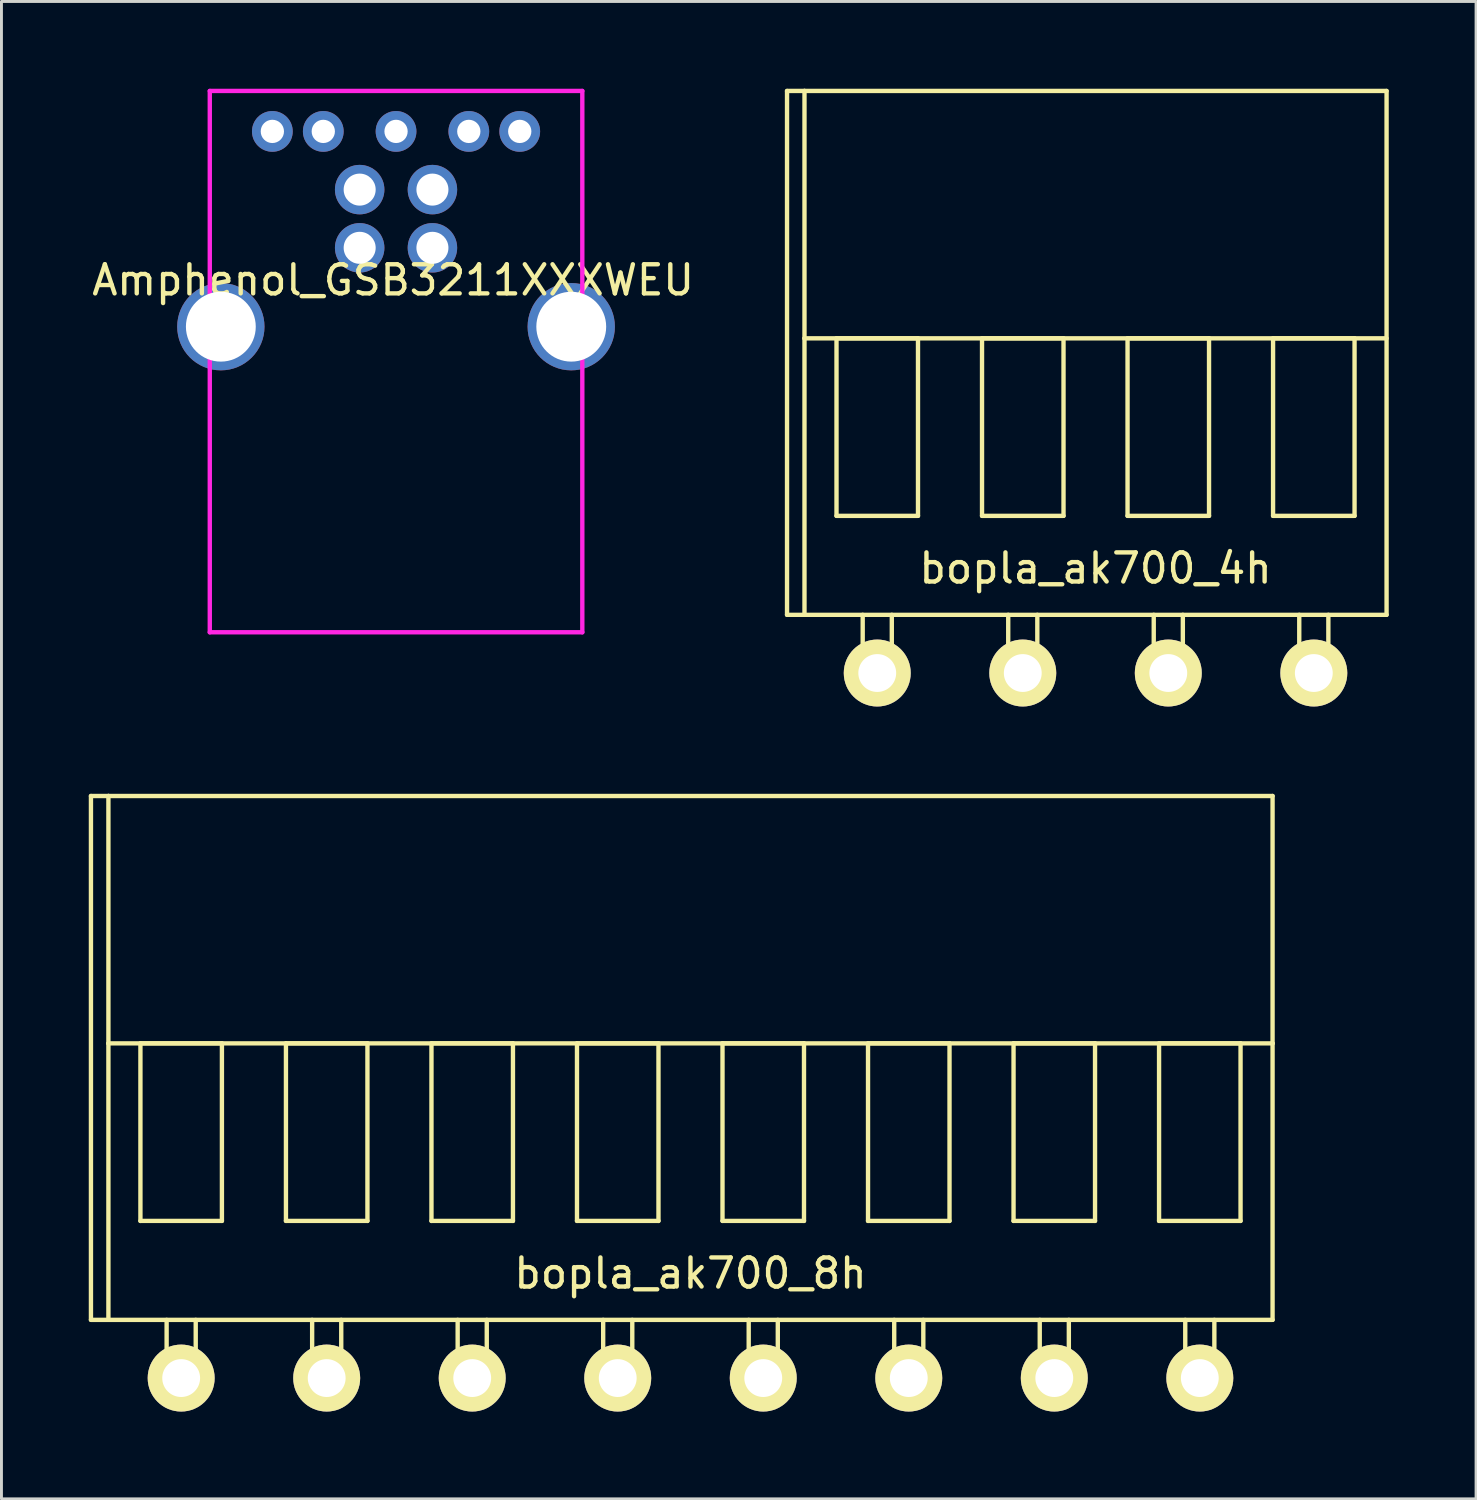
<source format=kicad_pcb>
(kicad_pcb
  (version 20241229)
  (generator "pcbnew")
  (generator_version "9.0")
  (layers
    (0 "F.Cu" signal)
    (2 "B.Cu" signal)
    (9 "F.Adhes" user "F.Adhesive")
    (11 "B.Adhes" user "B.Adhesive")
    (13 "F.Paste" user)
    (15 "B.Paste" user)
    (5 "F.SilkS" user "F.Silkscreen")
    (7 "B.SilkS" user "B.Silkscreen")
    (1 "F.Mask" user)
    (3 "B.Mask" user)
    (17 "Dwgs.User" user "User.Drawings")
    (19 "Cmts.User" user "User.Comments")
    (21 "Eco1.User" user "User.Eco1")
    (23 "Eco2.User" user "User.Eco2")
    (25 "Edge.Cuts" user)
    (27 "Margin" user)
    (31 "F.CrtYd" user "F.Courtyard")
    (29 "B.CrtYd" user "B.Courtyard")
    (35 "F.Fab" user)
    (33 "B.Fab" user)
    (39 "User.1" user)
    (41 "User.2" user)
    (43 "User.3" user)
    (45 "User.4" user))
  (footprint "Amphenol_GSB3211XXXWEU"
    (layer "F.Cu")
    (at 10.558 8.175)
    (property "Reference" "Amphenol_GSB3211XXXWEU" (at -0.1 -1.6 0) (layer "F.SilkS") (effects (font (size 1 1) (thickness 0.15))))
    (attr through_hole)
    (fp_line (start -6.4 -8.1) (end -6.4 10.5) (stroke (width 0.15) (type solid)) (layer "F.CrtYd"))
    (fp_line (start -6.4 10.5) (end 6.4 10.5) (stroke (width 0.15) (type solid)) (layer "F.CrtYd"))
    (fp_line (start 6.4 -8.1) (end -6.4 -8.1) (stroke (width 0.15) (type solid)) (layer "F.CrtYd"))
    (fp_line (start 6.4 10.5) (end 6.4 -8.1) (stroke (width 0.15) (type solid)) (layer "F.CrtYd"))
    (pad "1" thru_hole circle (at 1.25 -4.71) (size 1.7 1.7) (drill 1.1) (layers "*.Cu" "*.Mask"))
    (pad "2" thru_hole circle (at -1.25 -4.71) (size 1.7 1.7) (drill 1.1) (layers "*.Cu" "*.Mask"))
    (pad "3" thru_hole circle (at -1.25 -2.71) (size 1.7 1.7) (drill 1.1) (layers "*.Cu" "*.Mask"))
    (pad "4" thru_hole circle (at 1.25 -2.71) (size 1.7 1.7) (drill 1.1) (layers "*.Cu" "*.Mask"))
    (pad "5" thru_hole circle (at -4.25 -6.71) (size 1.4 1.4) (drill 0.8) (layers "*.Cu" "*.Mask"))
    (pad "6" thru_hole circle (at -2.5 -6.71) (size 1.4 1.4) (drill 0.8) (layers "*.Cu" "*.Mask"))
    (pad "7" thru_hole circle (at 0 -6.71) (size 1.4 1.4) (drill 0.8) (layers "*.Cu" "*.Mask"))
    (pad "8" thru_hole circle (at 2.5 -6.71) (size 1.4 1.4) (drill 0.8) (layers "*.Cu" "*.Mask"))
    (pad "9" thru_hole circle (at 4.25 -6.71) (size 1.4 1.4) (drill 0.8) (layers "*.Cu" "*.Mask"))
    (pad "S" thru_hole circle (at -6.02 0) (size 3 3) (drill 2.4) (layers "*.Cu" "*.Mask"))
    (pad "S" thru_hole circle (at 6.02 0) (size 3 3) (drill 2.4) (layers "*.Cu" "*.Mask")))
  (footprint "bopla_ak700_8h"
    (layer "F.Cu")
    (at 20.675 44.3)
    (property "Reference" "bopla_ak700_8h" (at 0 -3.6 0) (layer "F.SilkS") (effects (font (size 1 1) (thickness 0.15))))
    (attr through_hole)
    (fp_line (start -20.6 -20) (end -20.6 -2) (stroke (width 0.15) (type solid)) (layer "F.SilkS"))
    (fp_line (start -20.6 -2) (end -20 -2) (stroke (width 0.15) (type solid)) (layer "F.SilkS"))
    (fp_line (start -20 -20) (end -20.6 -20) (stroke (width 0.15) (type solid)) (layer "F.SilkS"))
    (fp_line (start -20 -20) (end 20 -20) (stroke (width 0.15) (type solid)) (layer "F.SilkS"))
    (fp_line (start -20 -11.5) (end -20 -20) (stroke (width 0.15) (type solid)) (layer "F.SilkS"))
    (fp_line (start -20 -11.5) (end 20 -11.5) (stroke (width 0.15) (type solid)) (layer "F.SilkS"))
    (fp_line (start -20 -2) (end -20 -11.5) (stroke (width 0.15) (type solid)) (layer "F.SilkS"))
    (fp_line (start -18.9 -11.5) (end -18.9 -5.4) (stroke (width 0.15) (type solid)) (layer "F.SilkS"))
    (fp_line (start -18.9 -5.4) (end -16.1 -5.4) (stroke (width 0.15) (type solid)) (layer "F.SilkS"))
    (fp_line (start -18 -2) (end -18 0.5) (stroke (width 0.15) (type solid)) (layer "F.SilkS"))
    (fp_line (start -18 0.5) (end -17 0.5) (stroke (width 0.15) (type solid)) (layer "F.SilkS"))
    (fp_line (start -17 0.5) (end -17 -2) (stroke (width 0.15) (type solid)) (layer "F.SilkS"))
    (fp_line (start -16.1 -11.5) (end -18.9 -11.5) (stroke (width 0.15) (type solid)) (layer "F.SilkS"))
    (fp_line (start -16.1 -5.4) (end -16.1 -11.5) (stroke (width 0.15) (type solid)) (layer "F.SilkS"))
    (fp_line (start -13.9 -11.5) (end -13.9 -5.4) (stroke (width 0.15) (type solid)) (layer "F.SilkS"))
    (fp_line (start -13.9 -5.4) (end -11.1 -5.4) (stroke (width 0.15) (type solid)) (layer "F.SilkS"))
    (fp_line (start -13 -2) (end -13 0.5) (stroke (width 0.15) (type solid)) (layer "F.SilkS"))
    (fp_line (start -13 0.5) (end -12 0.5) (stroke (width 0.15) (type solid)) (layer "F.SilkS"))
    (fp_line (start -12 0.5) (end -12 -2) (stroke (width 0.15) (type solid)) (layer "F.SilkS"))
    (fp_line (start -11.1 -11.5) (end -13.9 -11.5) (stroke (width 0.15) (type solid)) (layer "F.SilkS"))
    (fp_line (start -11.1 -5.4) (end -11.1 -11.5) (stroke (width 0.15) (type solid)) (layer "F.SilkS"))
    (fp_line (start -8.9 -11.5) (end -8.9 -5.4) (stroke (width 0.15) (type solid)) (layer "F.SilkS"))
    (fp_line (start -8.9 -5.4) (end -6.1 -5.4) (stroke (width 0.15) (type solid)) (layer "F.SilkS"))
    (fp_line (start -8 -2) (end -8 0.5) (stroke (width 0.15) (type solid)) (layer "F.SilkS"))
    (fp_line (start -8 0.5) (end -7 0.5) (stroke (width 0.15) (type solid)) (layer "F.SilkS"))
    (fp_line (start -7 0.5) (end -7 -2) (stroke (width 0.15) (type solid)) (layer "F.SilkS"))
    (fp_line (start -6.1 -11.5) (end -8.9 -11.5) (stroke (width 0.15) (type solid)) (layer "F.SilkS"))
    (fp_line (start -6.1 -5.4) (end -6.1 -11.5) (stroke (width 0.15) (type solid)) (layer "F.SilkS"))
    (fp_line (start -3.9 -11.5) (end -3.9 -5.4) (stroke (width 0.15) (type solid)) (layer "F.SilkS"))
    (fp_line (start -3.9 -5.4) (end -1.1 -5.4) (stroke (width 0.15) (type solid)) (layer "F.SilkS"))
    (fp_line (start -3 -2) (end -3 0) (stroke (width 0.15) (type solid)) (layer "F.SilkS"))
    (fp_line (start -3 0) (end -2 0) (stroke (width 0.15) (type solid)) (layer "F.SilkS"))
    (fp_line (start -2 0) (end -2 -2) (stroke (width 0.15) (type solid)) (layer "F.SilkS"))
    (fp_line (start -1.1 -11.5) (end -3.9 -11.5) (stroke (width 0.15) (type solid)) (layer "F.SilkS"))
    (fp_line (start -1.1 -5.4) (end -1.1 -11.5) (stroke (width 0.15) (type solid)) (layer "F.SilkS"))
    (fp_line (start 1.1 -11.5) (end 1.1 -5.4) (stroke (width 0.15) (type solid)) (layer "F.SilkS"))
    (fp_line (start 1.1 -5.4) (end 3.9 -5.4) (stroke (width 0.15) (type solid)) (layer "F.SilkS"))
    (fp_line (start 2 -2) (end 2 0) (stroke (width 0.15) (type solid)) (layer "F.SilkS"))
    (fp_line (start 2 0) (end 3 0) (stroke (width 0.15) (type solid)) (layer "F.SilkS"))
    (fp_line (start 3 0) (end 3 -2) (stroke (width 0.15) (type solid)) (layer "F.SilkS"))
    (fp_line (start 3.9 -11.5) (end 1.1 -11.5) (stroke (width 0.15) (type solid)) (layer "F.SilkS"))
    (fp_line (start 3.9 -5.4) (end 3.9 -11.5) (stroke (width 0.15) (type solid)) (layer "F.SilkS"))
    (fp_line (start 6.1 -11.5) (end 6.1 -5.4) (stroke (width 0.15) (type solid)) (layer "F.SilkS"))
    (fp_line (start 6.1 -5.4) (end 8.9 -5.4) (stroke (width 0.15) (type solid)) (layer "F.SilkS"))
    (fp_line (start 7 -2) (end 7 0) (stroke (width 0.15) (type solid)) (layer "F.SilkS"))
    (fp_line (start 7 0) (end 8 0) (stroke (width 0.15) (type solid)) (layer "F.SilkS"))
    (fp_line (start 8 0) (end 8 -2) (stroke (width 0.15) (type solid)) (layer "F.SilkS"))
    (fp_line (start 8.9 -11.5) (end 6.1 -11.5) (stroke (width 0.15) (type solid)) (layer "F.SilkS"))
    (fp_line (start 8.9 -5.4) (end 8.9 -11.5) (stroke (width 0.15) (type solid)) (layer "F.SilkS"))
    (fp_line (start 11.1 -11.5) (end 11.1 -5.4) (stroke (width 0.15) (type solid)) (layer "F.SilkS"))
    (fp_line (start 11.1 -5.4) (end 13.9 -5.4) (stroke (width 0.15) (type solid)) (layer "F.SilkS"))
    (fp_line (start 12 -2) (end 12 0) (stroke (width 0.15) (type solid)) (layer "F.SilkS"))
    (fp_line (start 12 0) (end 13 0) (stroke (width 0.15) (type solid)) (layer "F.SilkS"))
    (fp_line (start 13 0) (end 13 -2) (stroke (width 0.15) (type solid)) (layer "F.SilkS"))
    (fp_line (start 13.9 -11.5) (end 11.1 -11.5) (stroke (width 0.15) (type solid)) (layer "F.SilkS"))
    (fp_line (start 13.9 -5.4) (end 13.9 -11.5) (stroke (width 0.15) (type solid)) (layer "F.SilkS"))
    (fp_line (start 16.1 -11.5) (end 16.1 -5.4) (stroke (width 0.15) (type solid)) (layer "F.SilkS"))
    (fp_line (start 16.1 -5.4) (end 18.9 -5.4) (stroke (width 0.15) (type solid)) (layer "F.SilkS"))
    (fp_line (start 17 -2) (end 17 0) (stroke (width 0.15) (type solid)) (layer "F.SilkS"))
    (fp_line (start 17 0) (end 18 0) (stroke (width 0.15) (type solid)) (layer "F.SilkS"))
    (fp_line (start 18 0) (end 18 -2) (stroke (width 0.15) (type solid)) (layer "F.SilkS"))
    (fp_line (start 18.9 -11.5) (end 16.1 -11.5) (stroke (width 0.15) (type solid)) (layer "F.SilkS"))
    (fp_line (start 18.9 -5.4) (end 18.9 -11.5) (stroke (width 0.15) (type solid)) (layer "F.SilkS"))
    (fp_line (start 20 -20) (end 20 -11.5) (stroke (width 0.15) (type solid)) (layer "F.SilkS"))
    (fp_line (start 20 -11.5) (end 20 -2) (stroke (width 0.15) (type solid)) (layer "F.SilkS"))
    (fp_line (start 20 -2) (end -20 -2) (stroke (width 0.15) (type solid)) (layer "F.SilkS"))
    (pad "1" thru_hole circle (at -17.5 0) (size 2.3 2.3) (drill 1.3) (layers "*.Cu" "*.Mask" "F.SilkS"))
    (pad "2" thru_hole circle (at -12.5 0) (size 2.3 2.3) (drill 1.3) (layers "*.Cu" "*.Mask" "F.SilkS"))
    (pad "3" thru_hole circle (at -7.5 0) (size 2.3 2.3) (drill 1.3) (layers "*.Cu" "*.Mask" "F.SilkS"))
    (pad "4" thru_hole circle (at -2.5 0) (size 2.3 2.3) (drill 1.3) (layers "*.Cu" "*.Mask" "F.SilkS"))
    (pad "5" thru_hole circle (at 2.5 0) (size 2.3 2.3) (drill 1.3) (layers "*.Cu" "*.Mask" "F.SilkS"))
    (pad "6" thru_hole circle (at 7.5 0) (size 2.3 2.3) (drill 1.3) (layers "*.Cu" "*.Mask" "F.SilkS"))
    (pad "7" thru_hole circle (at 12.5 0) (size 2.3 2.3) (drill 1.3) (layers "*.Cu" "*.Mask" "F.SilkS"))
    (pad "8" thru_hole circle (at 17.5 0) (size 2.3 2.3) (drill 1.3) (layers "*.Cu" "*.Mask" "F.SilkS")))
  (footprint "bopla_ak700_4h"
    (layer "F.Cu")
    (at 34.592 20.075)
    (property "Reference" "bopla_ak700_4h" (at 0 -3.6 0) (layer "F.SilkS") (effects (font (size 1 1) (thickness 0.15))))
    (attr through_hole)
    (fp_line (start -10.6 -20) (end -10.6 -2) (stroke (width 0.15) (type solid)) (layer "F.SilkS"))
    (fp_line (start -10.6 -2) (end -10 -2) (stroke (width 0.15) (type solid)) (layer "F.SilkS"))
    (fp_line (start -10 -20) (end -10.6 -20) (stroke (width 0.15) (type solid)) (layer "F.SilkS"))
    (fp_line (start -10 -20) (end 10 -20) (stroke (width 0.15) (type solid)) (layer "F.SilkS"))
    (fp_line (start -10 -11.5) (end -10 -20) (stroke (width 0.15) (type solid)) (layer "F.SilkS"))
    (fp_line (start -10 -2) (end -10 -11.5) (stroke (width 0.15) (type solid)) (layer "F.SilkS"))
    (fp_line (start -8.9 -11.5) (end -8.9 -5.4) (stroke (width 0.15) (type solid)) (layer "F.SilkS"))
    (fp_line (start -8.9 -5.4) (end -6.1 -5.4) (stroke (width 0.15) (type solid)) (layer "F.SilkS"))
    (fp_line (start -8 -2) (end -8 0.5) (stroke (width 0.15) (type solid)) (layer "F.SilkS"))
    (fp_line (start -8 0.5) (end -7 0.5) (stroke (width 0.15) (type solid)) (layer "F.SilkS"))
    (fp_line (start -7 0.5) (end -7 -2) (stroke (width 0.15) (type solid)) (layer "F.SilkS"))
    (fp_line (start -6.1 -11.5) (end -8.9 -11.5) (stroke (width 0.15) (type solid)) (layer "F.SilkS"))
    (fp_line (start -6.1 -5.4) (end -6.1 -11.5) (stroke (width 0.15) (type solid)) (layer "F.SilkS"))
    (fp_line (start -3.9 -11.5) (end -3.9 -5.4) (stroke (width 0.15) (type solid)) (layer "F.SilkS"))
    (fp_line (start -3.9 -5.4) (end -1.1 -5.4) (stroke (width 0.15) (type solid)) (layer "F.SilkS"))
    (fp_line (start -3 -2) (end -3 0.5) (stroke (width 0.15) (type solid)) (layer "F.SilkS"))
    (fp_line (start -3 0.5) (end -2 0.5) (stroke (width 0.15) (type solid)) (layer "F.SilkS"))
    (fp_line (start -2 0.5) (end -2 -2) (stroke (width 0.15) (type solid)) (layer "F.SilkS"))
    (fp_line (start -1.1 -11.5) (end -3.9 -11.5) (stroke (width 0.15) (type solid)) (layer "F.SilkS"))
    (fp_line (start -1.1 -5.4) (end -1.1 -11.5) (stroke (width 0.15) (type solid)) (layer "F.SilkS"))
    (fp_line (start 1.1 -11.5) (end 1.1 -5.4) (stroke (width 0.15) (type solid)) (layer "F.SilkS"))
    (fp_line (start 1.1 -5.4) (end 3.9 -5.4) (stroke (width 0.15) (type solid)) (layer "F.SilkS"))
    (fp_line (start 2 -2) (end 2 0.5) (stroke (width 0.15) (type solid)) (layer "F.SilkS"))
    (fp_line (start 2 0.5) (end 3 0.5) (stroke (width 0.15) (type solid)) (layer "F.SilkS"))
    (fp_line (start 3 0.5) (end 3 -2) (stroke (width 0.15) (type solid)) (layer "F.SilkS"))
    (fp_line (start 3.9 -11.5) (end 1.1 -11.5) (stroke (width 0.15) (type solid)) (layer "F.SilkS"))
    (fp_line (start 3.9 -5.4) (end 3.9 -11.5) (stroke (width 0.15) (type solid)) (layer "F.SilkS"))
    (fp_line (start 6.1 -11.5) (end 6.1 -5.4) (stroke (width 0.15) (type solid)) (layer "F.SilkS"))
    (fp_line (start 6.1 -5.4) (end 8.9 -5.4) (stroke (width 0.15) (type solid)) (layer "F.SilkS"))
    (fp_line (start 7 -2) (end 7 0) (stroke (width 0.15) (type solid)) (layer "F.SilkS"))
    (fp_line (start 7 0) (end 8 0) (stroke (width 0.15) (type solid)) (layer "F.SilkS"))
    (fp_line (start 8 0) (end 8 -2) (stroke (width 0.15) (type solid)) (layer "F.SilkS"))
    (fp_line (start 8.9 -11.5) (end 6.1 -11.5) (stroke (width 0.15) (type solid)) (layer "F.SilkS"))
    (fp_line (start 8.9 -5.4) (end 8.9 -11.5) (stroke (width 0.15) (type solid)) (layer "F.SilkS"))
    (fp_line (start 10 -20) (end 10 -2) (stroke (width 0.15) (type solid)) (layer "F.SilkS"))
    (fp_line (start 10 -11.5) (end -10 -11.5) (stroke (width 0.15) (type solid)) (layer "F.SilkS"))
    (fp_line (start 10 -2) (end -10 -2) (stroke (width 0.15) (type solid)) (layer "F.SilkS"))
    (pad "1" thru_hole circle (at -7.5 0) (size 2.3 2.3) (drill 1.3) (layers "*.Cu" "*.Mask" "F.SilkS"))
    (pad "2" thru_hole circle (at -2.5 0) (size 2.3 2.3) (drill 1.3) (layers "*.Cu" "*.Mask" "F.SilkS"))
    (pad "3" thru_hole circle (at 2.5 0) (size 2.3 2.3) (drill 1.3) (layers "*.Cu" "*.Mask" "F.SilkS"))
    (pad "4" thru_hole circle (at 7.5 0) (size 2.3 2.3) (drill 1.3) (layers "*.Cu" "*.Mask" "F.SilkS")))
  (gr_rect
    (start -3 -3)
    (end 47.667 48.45)
    (stroke (width 0.1) (type default))
    (fill no)
    (layer "Edge.Cuts")))
</source>
